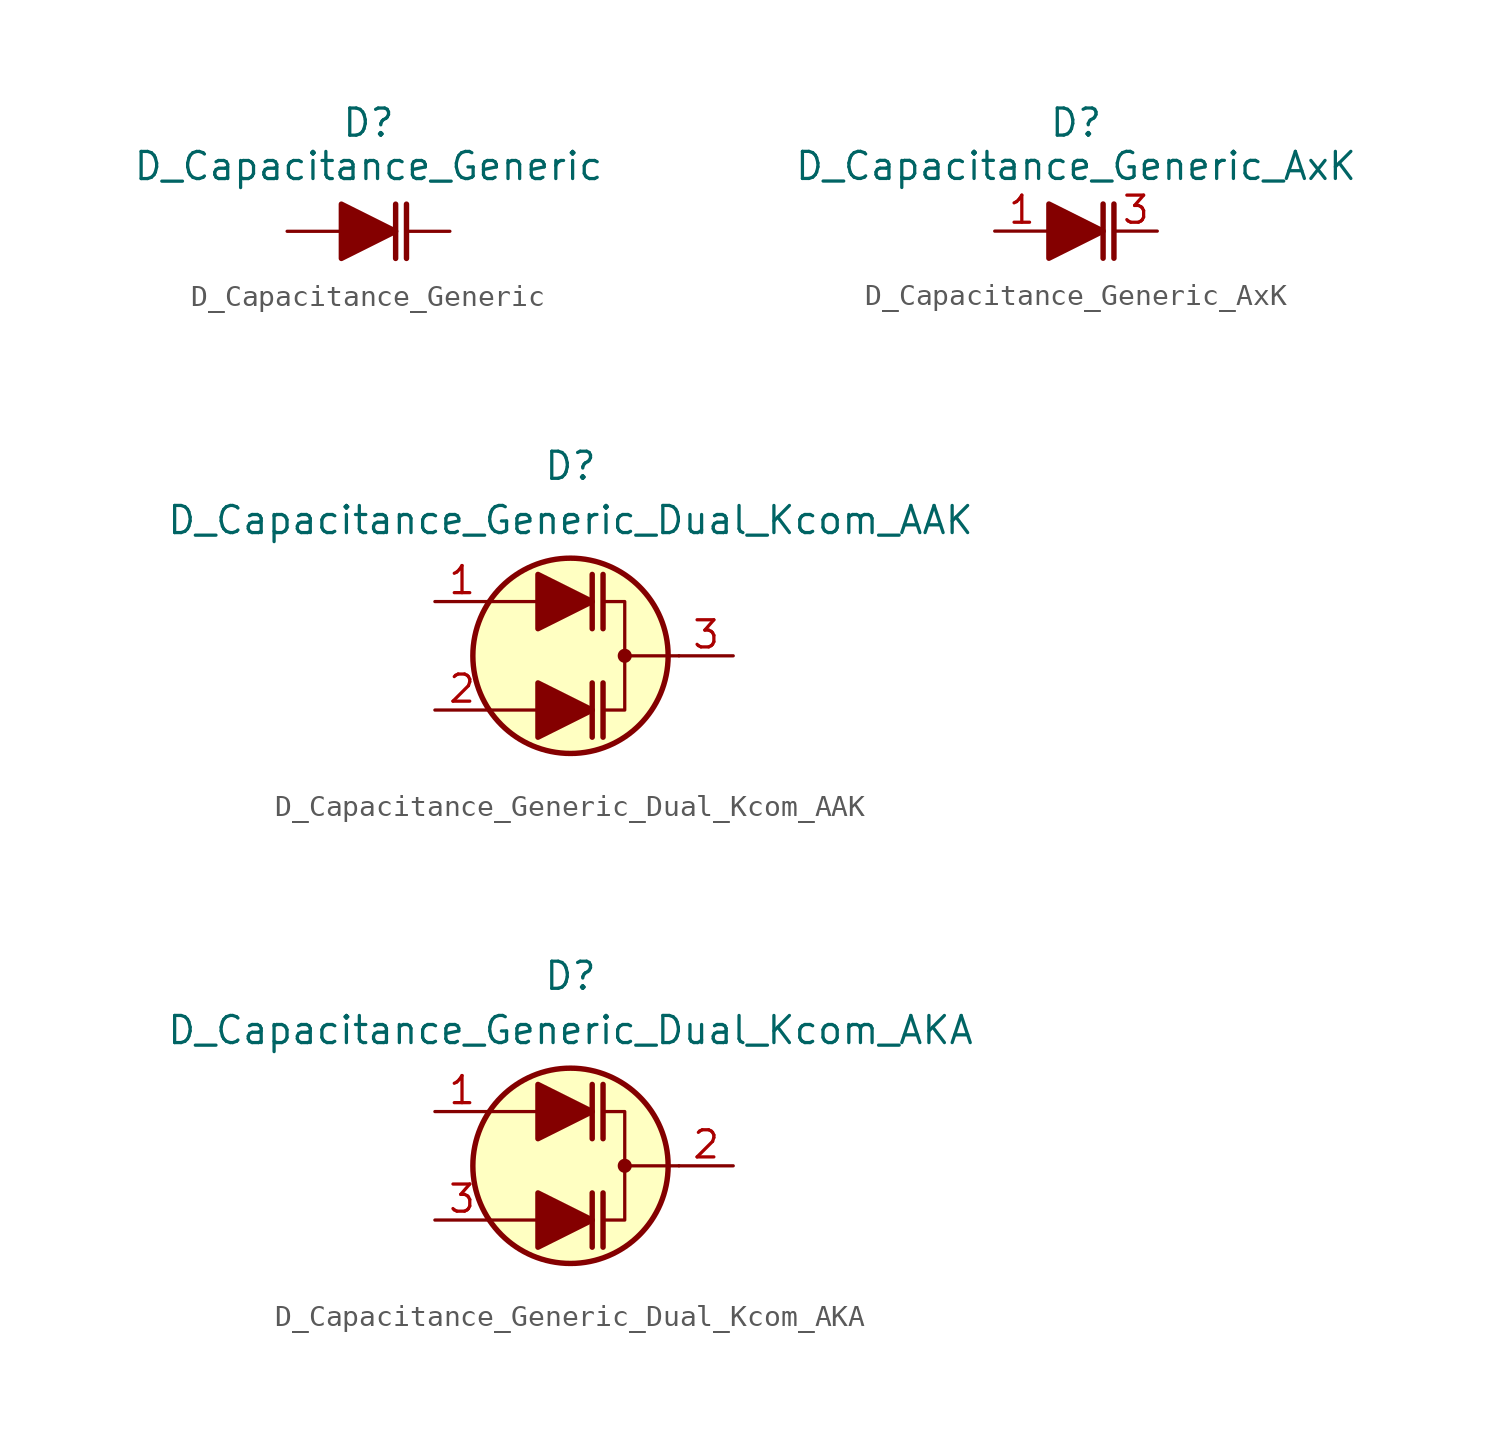
<source format=kicad_sym>
(kicad_symbol_lib
  (version 20201005)
  (generator kicad_symbol_editor)
  (symbol "Diode_Capacitance_AKL:D_Capacitance_Generic"
    (pin_numbers hide)
    (pin_names
      (offset 1.016) hide)
    (property "Reference" "D"
      (at 0 5.08 0)
      (effects (font (size 1.27 1.27))))
    (property "Value" "D_Capacitance_Generic"
      (at 0 3.048 0)
      (effects (font (size 1.27 1.27))))
    (symbol "D_Capacitance_Generic_0_1"
      (polyline (pts (xy 1.27 -1.27) (xy 1.27 1.27)) (stroke (width 0.254)) (fill (type none)))
      (polyline (pts (xy 1.27 0) (xy -1.27 0)) (stroke (width 0)) (fill (type none)))
      (polyline (pts (xy -1.27 -1.27) (xy -1.27 1.27) (xy 1.27 0) (xy -1.27 -1.27)) (stroke (width 0.254)) (fill (type outline))))
    (symbol "D_Capacitance_Generic_1_1"
      (polyline (pts (xy 1.778 -1.27) (xy 1.778 1.27)) (stroke (width 0.254)) (fill (type none)))
      (pin passive line (at 3.81 0 180) (length 2.007) (name "K" (effects (font (size 1.27 1.27)))) (number "1" (effects (font (size 1.27 1.27)))))
      (pin passive line (at -3.81 0 0) (length 2.54) (name "A" (effects (font (size 1.27 1.27)))) (number "2" (effects (font (size 1.27 1.27)))))))
  (symbol "Diode_Capacitance_AKL:D_Capacitance_Generic_AxK"
    (pin_names
      (offset 1.016) hide)
    (property "Reference" "D"
      (at 0 5.08 0)
      (effects (font (size 1.27 1.27))))
    (property "Value" "D_Capacitance_Generic_AxK"
      (at 0 3.048 0)
      (effects (font (size 1.27 1.27))))
    (symbol "D_Capacitance_Generic_AxK_0_1"
      (polyline (pts (xy 1.27 -1.27) (xy 1.27 1.27)) (stroke (width 0.254)) (fill (type none)))
      (polyline (pts (xy 1.27 0) (xy -1.27 0)) (stroke (width 0)) (fill (type none)))
      (polyline (pts (xy -1.27 -1.27) (xy -1.27 1.27) (xy 1.27 0) (xy -1.27 -1.27)) (stroke (width 0.254)) (fill (type outline))))
    (symbol "D_Capacitance_Generic_AxK_1_1"
      (polyline (pts (xy 1.778 -1.27) (xy 1.778 1.27)) (stroke (width 0.254)) (fill (type none)))
      (pin passive line (at -3.81 0 0) (length 2.54) (name "A" (effects (font (size 1.27 1.27)))) (number "1" (effects (font (size 1.27 1.27)))))
      (pin passive line (at 3.81 0 180) (length 2.007) (name "K" (effects (font (size 1.27 1.27)))) (number "3" (effects (font (size 1.27 1.27)))))))
  (symbol "Diode_Capacitance_AKL:D_Capacitance_Generic_Dual_Kcom_AAK"
    (pin_names
      (offset 1.016) hide)
    (property "Reference" "D"
      (at 0 8.89 0)
      (effects (font (size 1.27 1.27))))
    (property "Value" "D_Capacitance_Generic_Dual_Kcom_AAK"
      (at 0 6.35 0)
      (effects (font (size 1.27 1.27))))
    (symbol "D_Capacitance_Generic_Dual_Kcom_AAK_0_1"
      (circle (center 2.54 0) (radius 0.254) (stroke (width 0)) (fill (type outline)))
      (circle (center 0 0) (radius 4.572) (stroke (width 0.254)) (fill (type background)))
      (polyline (pts (xy -1.27 -2.54) (xy -3.81 -2.54)) (stroke (width 0)) (fill (type none)))
      (polyline (pts (xy -1.27 2.54) (xy -3.81 2.54)) (stroke (width 0)) (fill (type none)))
      (polyline (pts (xy 1.524 1.27) (xy 1.524 3.81)) (stroke (width 0.254)) (fill (type none)))
      (polyline (pts (xy 5.08 0) (xy 2.54 0)) (stroke (width 0)) (fill (type none)))
      (polyline (pts (xy 1.524 2.54) (xy 2.54 2.54) (xy 2.54 -2.54) (xy 1.524 -2.54)) (stroke (width 0)) (fill (type none))))
    (symbol "D_Capacitance_Generic_Dual_Kcom_AAK_1_1"
      (polyline (pts (xy 1.016 -3.81) (xy 1.016 -1.27)) (stroke (width 0.254)) (fill (type none)))
      (polyline (pts (xy 1.016 1.27) (xy 1.016 3.81)) (stroke (width 0.254)) (fill (type none)))
      (polyline (pts (xy 1.524 -3.81) (xy 1.524 -1.27)) (stroke (width 0.254)) (fill (type none)))
      (polyline (pts (xy -1.524 -3.81) (xy -1.524 -1.27) (xy 1.016 -2.54) (xy -1.524 -3.81)) (stroke (width 0.254)) (fill (type outline)))
      (polyline (pts (xy -1.524 1.27) (xy -1.524 3.81) (xy 1.016 2.54) (xy -1.524 1.27)) (stroke (width 0.254)) (fill (type outline)))
      (pin passive line (at -6.35 2.54 0) (length 2.54) (name "A2" (effects (font (size 1.27 1.27)))) (number "1" (effects (font (size 1.27 1.27)))))
      (pin passive line (at -6.35 -2.54 0) (length 2.54) (name "A1" (effects (font (size 1.27 1.27)))) (number "2" (effects (font (size 1.27 1.27)))))
      (pin passive line (at 7.62 0 180) (length 2.54) (name "K" (effects (font (size 1.27 1.27)))) (number "3" (effects (font (size 1.27 1.27)))))))
  (symbol "Diode_Capacitance_AKL:D_Capacitance_Generic_Dual_Kcom_AKA"
    (pin_names
      (offset 1.016) hide)
    (property "Reference" "D"
      (at 0 8.89 0)
      (effects (font (size 1.27 1.27))))
    (property "Value" "D_Capacitance_Generic_Dual_Kcom_AKA"
      (at 0 6.35 0)
      (effects (font (size 1.27 1.27))))
    (symbol "D_Capacitance_Generic_Dual_Kcom_AKA_0_1"
      (circle (center 2.54 0) (radius 0.254) (stroke (width 0)) (fill (type outline)))
      (circle (center 0 0) (radius 4.572) (stroke (width 0.254)) (fill (type background)))
      (polyline (pts (xy -1.27 -2.54) (xy -3.81 -2.54)) (stroke (width 0)) (fill (type none)))
      (polyline (pts (xy -1.27 2.54) (xy -3.81 2.54)) (stroke (width 0)) (fill (type none)))
      (polyline (pts (xy 1.524 1.27) (xy 1.524 3.81)) (stroke (width 0.254)) (fill (type none)))
      (polyline (pts (xy 5.08 0) (xy 2.54 0)) (stroke (width 0)) (fill (type none)))
      (polyline (pts (xy 1.524 2.54) (xy 2.54 2.54) (xy 2.54 -2.54) (xy 1.524 -2.54)) (stroke (width 0)) (fill (type none))))
    (symbol "D_Capacitance_Generic_Dual_Kcom_AKA_1_1"
      (polyline (pts (xy 1.016 -3.81) (xy 1.016 -1.27)) (stroke (width 0.254)) (fill (type none)))
      (polyline (pts (xy 1.016 1.27) (xy 1.016 3.81)) (stroke (width 0.254)) (fill (type none)))
      (polyline (pts (xy 1.524 -3.81) (xy 1.524 -1.27)) (stroke (width 0.254)) (fill (type none)))
      (polyline (pts (xy -1.524 -3.81) (xy -1.524 -1.27) (xy 1.016 -2.54) (xy -1.524 -3.81)) (stroke (width 0.254)) (fill (type outline)))
      (polyline (pts (xy -1.524 1.27) (xy -1.524 3.81) (xy 1.016 2.54) (xy -1.524 1.27)) (stroke (width 0.254)) (fill (type outline)))
      (pin passive line (at -6.35 2.54 0) (length 2.54) (name "A2" (effects (font (size 1.27 1.27)))) (number "1" (effects (font (size 1.27 1.27)))))
      (pin passive line (at 7.62 0 180) (length 2.54) (name "K" (effects (font (size 1.27 1.27)))) (number "2" (effects (font (size 1.27 1.27)))))
      (pin passive line (at -6.35 -2.54 0) (length 2.54) (name "A1" (effects (font (size 1.27 1.27)))) (number "3" (effects (font (size 1.27 1.27))))))))
</source>
